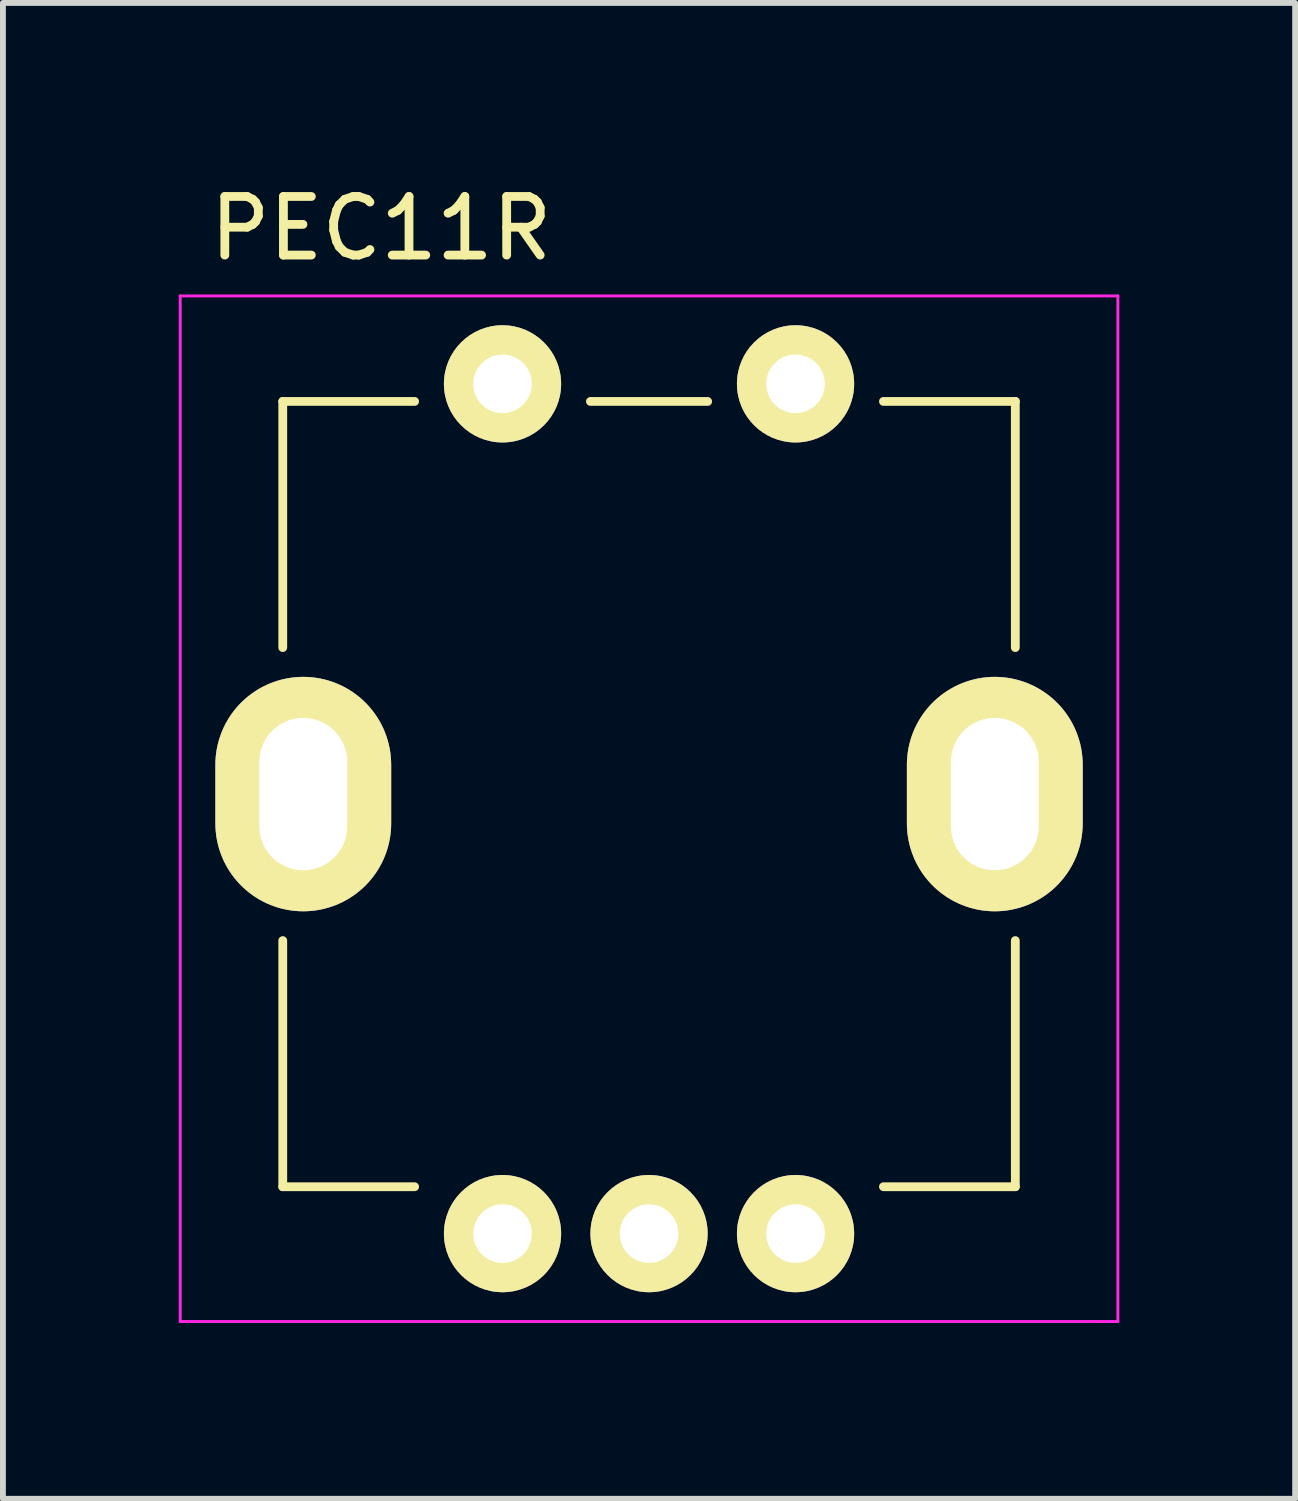
<source format=kicad_pcb>
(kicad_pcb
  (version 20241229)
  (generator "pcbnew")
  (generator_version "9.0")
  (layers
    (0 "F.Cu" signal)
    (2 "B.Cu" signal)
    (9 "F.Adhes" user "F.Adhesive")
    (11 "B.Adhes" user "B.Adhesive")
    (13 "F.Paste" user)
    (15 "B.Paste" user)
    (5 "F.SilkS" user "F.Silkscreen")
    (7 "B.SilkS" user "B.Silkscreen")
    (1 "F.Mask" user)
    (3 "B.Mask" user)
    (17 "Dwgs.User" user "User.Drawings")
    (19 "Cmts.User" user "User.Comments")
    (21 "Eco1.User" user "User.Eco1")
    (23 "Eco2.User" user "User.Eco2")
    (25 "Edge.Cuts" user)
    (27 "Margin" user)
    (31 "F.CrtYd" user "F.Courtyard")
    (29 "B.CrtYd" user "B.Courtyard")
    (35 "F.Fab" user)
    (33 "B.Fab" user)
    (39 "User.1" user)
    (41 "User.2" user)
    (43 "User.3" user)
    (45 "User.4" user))
  (footprint "PEC11R"
    (layer "F.Cu")
    (at 8.025 10.5)
    (property "Reference" "PEC11R" (at -4.572 -9.652 0) (layer "F.SilkS") (effects (font (size 1 1) (thickness 0.15))))
    (attr through_hole)
    (fp_line (start -6.25 -6.7) (end -6.25 -2.5) (stroke (width 0.15) (type solid)) (layer "F.SilkS"))
    (fp_line (start -6.25 -6.7) (end -4 -6.7) (stroke (width 0.15) (type solid)) (layer "F.SilkS"))
    (fp_line (start -6.25 2.5) (end -6.25 6.7) (stroke (width 0.15) (type solid)) (layer "F.SilkS"))
    (fp_line (start -6.25 6.7) (end -4 6.7) (stroke (width 0.15) (type solid)) (layer "F.SilkS"))
    (fp_line (start -1 -6.7) (end 1 -6.7) (stroke (width 0.15) (type solid)) (layer "F.SilkS"))
    (fp_line (start 4 -6.7) (end 6.25 -6.7) (stroke (width 0.15) (type solid)) (layer "F.SilkS"))
    (fp_line (start 6.25 -6.7) (end 6.25 -2.5) (stroke (width 0.15) (type solid)) (layer "F.SilkS"))
    (fp_line (start 6.25 2.5) (end 6.25 6.7) (stroke (width 0.15) (type solid)) (layer "F.SilkS"))
    (fp_line (start 6.25 6.7) (end 4 6.7) (stroke (width 0.15) (type solid)) (layer "F.SilkS"))
    (fp_line (start -8 -8.5) (end 8 -8.5) (stroke (width 0.05) (type solid)) (layer "F.CrtYd"))
    (fp_line (start -8 9) (end -8 -8.5) (stroke (width 0.05) (type solid)) (layer "F.CrtYd"))
    (fp_line (start 8 -8.5) (end 8 9) (stroke (width 0.05) (type solid)) (layer "F.CrtYd"))
    (fp_line (start 8 9) (end -8 9) (stroke (width 0.05) (type solid)) (layer "F.CrtYd"))
    (pad "1" thru_hole circle (at -2.5 -7) (size 2 2) (drill 1) (layers "*.Cu" "*.Mask" "F.SilkS"))
    (pad "2" thru_hole circle (at 2.5 -7) (size 2 2) (drill 1) (layers "*.Cu" "*.Mask" "F.SilkS"))
    (pad "A" thru_hole circle (at -2.5 7.5) (size 2 2) (drill 1) (layers "*.Cu" "*.Mask" "F.SilkS"))
    (pad "B" thru_hole circle (at 2.5 7.5) (size 2 2) (drill 1) (layers "*.Cu" "*.Mask" "F.SilkS"))
    (pad "C" thru_hole circle (at 0 7.5) (size 2 2) (drill 1) (layers "*.Cu" "*.Mask" "F.SilkS"))
    (pad "GND" thru_hole oval (at -5.9 0) (size 3 4) (drill oval 1.5 2.6) (layers "*.Cu" "*.Mask" "F.SilkS"))
    (pad "GND" thru_hole oval (at 5.9 0) (size 3 4) (drill oval 1.5 2.6) (layers "*.Cu" "*.Mask" "F.SilkS")))
  (gr_rect
    (start -3 -3)
    (end 19.05 22.525)
    (stroke (width 0.1) (type default))
    (fill no)
    (layer "Edge.Cuts")))
</source>
